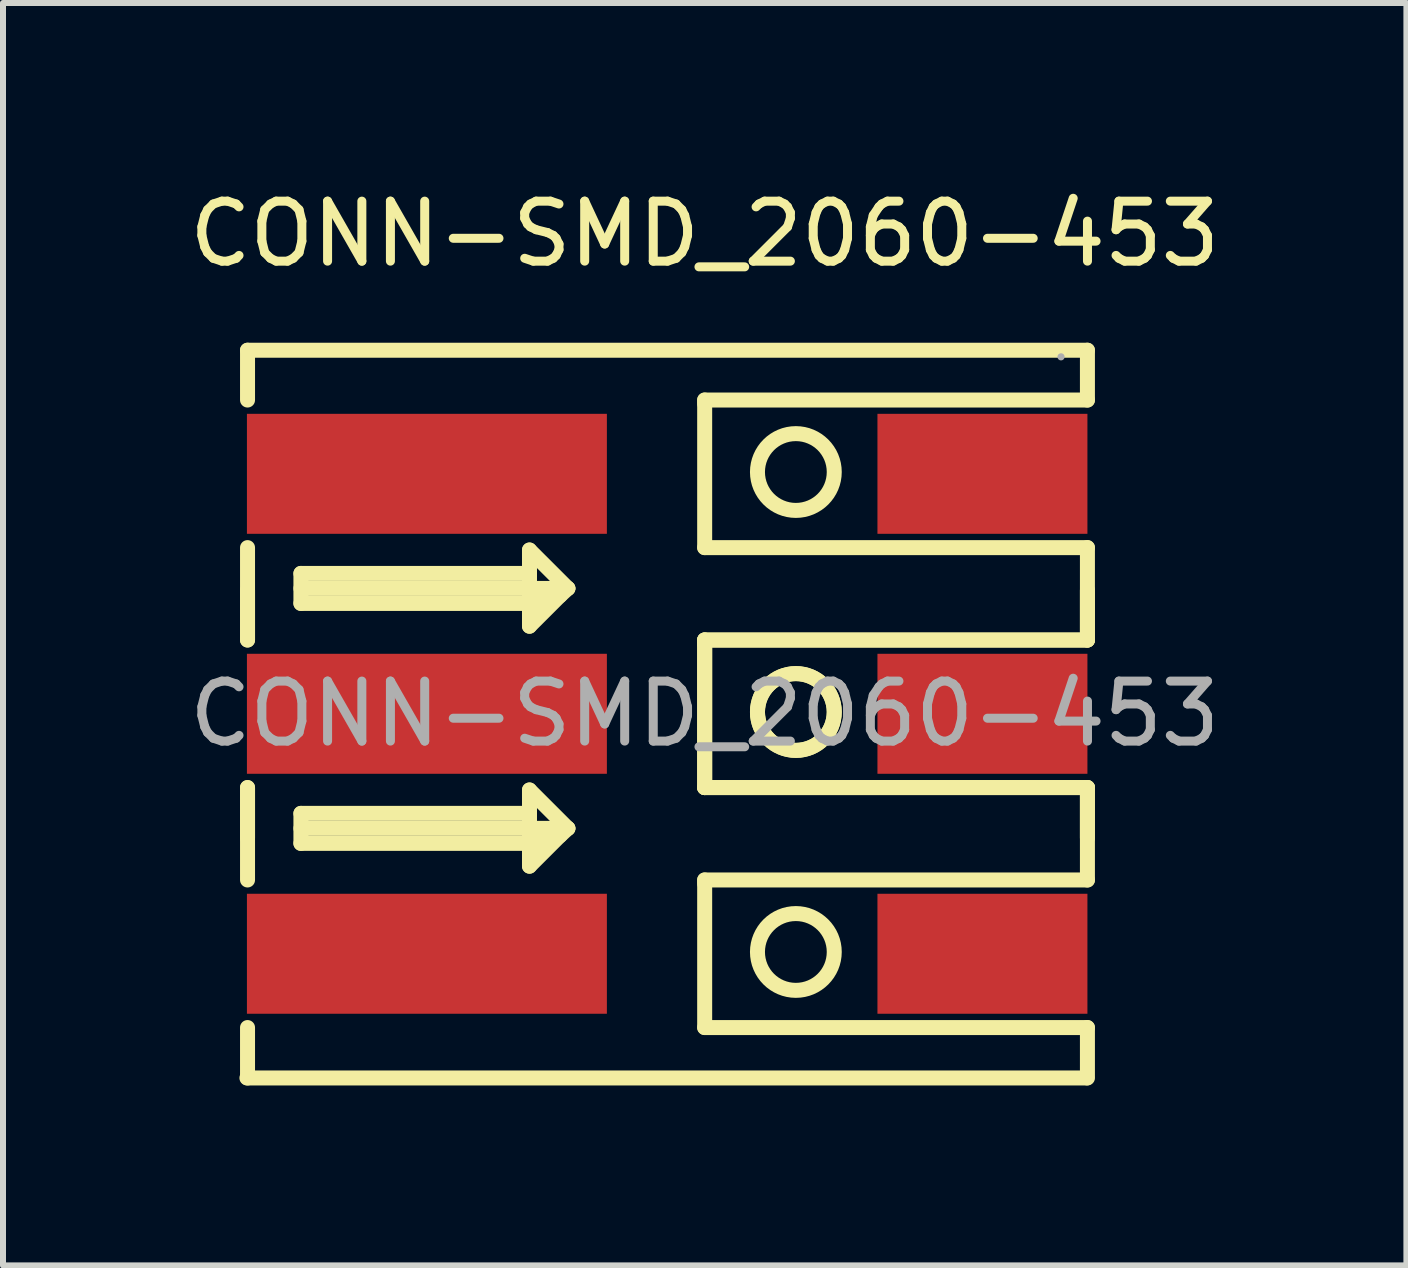
<source format=kicad_pcb>
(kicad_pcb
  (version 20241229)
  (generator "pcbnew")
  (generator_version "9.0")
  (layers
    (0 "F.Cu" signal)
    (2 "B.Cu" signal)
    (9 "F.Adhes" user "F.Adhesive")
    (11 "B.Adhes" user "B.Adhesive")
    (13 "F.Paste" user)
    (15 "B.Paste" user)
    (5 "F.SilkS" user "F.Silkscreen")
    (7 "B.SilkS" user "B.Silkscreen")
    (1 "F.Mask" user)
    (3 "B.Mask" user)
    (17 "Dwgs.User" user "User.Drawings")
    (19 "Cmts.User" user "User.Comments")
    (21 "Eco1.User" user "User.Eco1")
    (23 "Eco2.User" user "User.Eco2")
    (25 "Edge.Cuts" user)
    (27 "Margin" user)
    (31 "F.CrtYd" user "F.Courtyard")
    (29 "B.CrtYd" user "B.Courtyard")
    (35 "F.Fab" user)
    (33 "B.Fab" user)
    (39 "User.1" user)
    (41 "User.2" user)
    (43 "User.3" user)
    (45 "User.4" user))
  (footprint "CONN-SMD_2060-453"
    (layer "F.Cu")
    (at 8.696 8.848)
    (property "Reference" "CONN-SMD_2060-453" (at 0 -8 0) (layer "F.SilkS") (effects (font (size 1 1) (thickness 0.15))))
    (attr smd)
    (fp_line (start -7.63 6.07) (end 6.37 6.07) (stroke (width 0.25) (type solid)) (layer "F.SilkS"))
    (fp_line (start -7.62 -6.06) (end -7.62 -5.23) (stroke (width 0.25) (type solid)) (layer "F.SilkS"))
    (fp_line (start -7.62 -6.06) (end 6.38 -6.06) (stroke (width 0.25) (type solid)) (layer "F.SilkS"))
    (fp_line (start -7.62 -2.77) (end -7.62 -1.23) (stroke (width 0.25) (type solid)) (layer "F.SilkS"))
    (fp_line (start -7.62 -2.06) (end -7.62 -1.23) (stroke (width 0.25) (type solid)) (layer "F.SilkS"))
    (fp_line (start -7.62 1.23) (end -7.62 2.07) (stroke (width 0.25) (type solid)) (layer "F.SilkS"))
    (fp_line (start -7.62 1.23) (end -7.62 2.77) (stroke (width 0.25) (type solid)) (layer "F.SilkS"))
    (fp_line (start -7.62 5.23) (end -7.62 6.07) (stroke (width 0.25) (type solid)) (layer "F.SilkS"))
    (fp_line (start -6.73 -2.34) (end -6.73 -1.84) (stroke (width 0.25) (type solid)) (layer "F.SilkS"))
    (fp_line (start -6.73 -1.84) (end -2.79 -1.84) (stroke (width 0.25) (type solid)) (layer "F.SilkS"))
    (fp_line (start -6.73 1.66) (end -6.73 2.16) (stroke (width 0.25) (type solid)) (layer "F.SilkS"))
    (fp_line (start -6.73 2.16) (end -2.79 2.16) (stroke (width 0.25) (type solid)) (layer "F.SilkS"))
    (fp_line (start -2.92 -2.73) (end -2.92 -1.46) (stroke (width 0.25) (type solid)) (layer "F.SilkS"))
    (fp_line (start -2.92 -2.34) (end -6.73 -2.34) (stroke (width 0.25) (type solid)) (layer "F.SilkS"))
    (fp_line (start -2.92 -1.46) (end -2.41 -1.97) (stroke (width 0.25) (type solid)) (layer "F.SilkS"))
    (fp_line (start -2.92 1.27) (end -2.92 2.54) (stroke (width 0.25) (type solid)) (layer "F.SilkS"))
    (fp_line (start -2.92 1.66) (end -6.73 1.66) (stroke (width 0.25) (type solid)) (layer "F.SilkS"))
    (fp_line (start -2.92 2.54) (end -2.41 2.03) (stroke (width 0.25) (type solid)) (layer "F.SilkS"))
    (fp_line (start -2.79 -1.84) (end -2.66 -1.97) (stroke (width 0.25) (type solid)) (layer "F.SilkS"))
    (fp_line (start -2.79 2.16) (end -2.66 2.03) (stroke (width 0.25) (type solid)) (layer "F.SilkS"))
    (fp_line (start -2.41 -1.97) (end -2.28 -2.09) (stroke (width 0.25) (type solid)) (layer "F.SilkS"))
    (fp_line (start -2.41 2.03) (end -2.28 1.91) (stroke (width 0.25) (type solid)) (layer "F.SilkS"))
    (fp_line (start -2.28 -2.09) (end -6.73 -2.09) (stroke (width 0.25) (type solid)) (layer "F.SilkS"))
    (fp_line (start -2.28 -2.09) (end -2.92 -2.73) (stroke (width 0.25) (type solid)) (layer "F.SilkS"))
    (fp_line (start -2.28 1.91) (end -6.73 1.91) (stroke (width 0.25) (type solid)) (layer "F.SilkS"))
    (fp_line (start -2.28 1.91) (end -2.92 1.27) (stroke (width 0.25) (type solid)) (layer "F.SilkS"))
    (fp_line (start 0 -5.17) (end 0 -5.23) (stroke (width 0.25) (type solid)) (layer "F.SilkS"))
    (fp_line (start 0 -2.77) (end 0 -5.17) (stroke (width 0.25) (type solid)) (layer "F.SilkS"))
    (fp_line (start 0 -1.17) (end 0 -1.23) (stroke (width 0.25) (type solid)) (layer "F.SilkS"))
    (fp_line (start 0 -1.17) (end 0 -1.23) (stroke (width 0.25) (type solid)) (layer "F.SilkS"))
    (fp_line (start 0 1.23) (end 0 -1.17) (stroke (width 0.25) (type solid)) (layer "F.SilkS"))
    (fp_line (start 0 1.23) (end 0 -1.17) (stroke (width 0.25) (type solid)) (layer "F.SilkS"))
    (fp_line (start 0 2.83) (end 0 2.77) (stroke (width 0.25) (type solid)) (layer "F.SilkS"))
    (fp_line (start 0 5.23) (end 0 2.83) (stroke (width 0.25) (type solid)) (layer "F.SilkS"))
    (fp_line (start 6.38 -6.06) (end 6.38 -5.23) (stroke (width 0.25) (type solid)) (layer "F.SilkS"))
    (fp_line (start 6.38 -5.23) (end 0 -5.23) (stroke (width 0.25) (type solid)) (layer "F.SilkS"))
    (fp_line (start 6.38 -2.77) (end 0 -2.77) (stroke (width 0.25) (type solid)) (layer "F.SilkS"))
    (fp_line (start 6.38 -2.77) (end 6.38 -1.23) (stroke (width 0.25) (type solid)) (layer "F.SilkS"))
    (fp_line (start 6.38 -2.06) (end 6.38 -1.23) (stroke (width 0.25) (type solid)) (layer "F.SilkS"))
    (fp_line (start 6.38 -1.23) (end 0 -1.23) (stroke (width 0.25) (type solid)) (layer "F.SilkS"))
    (fp_line (start 6.38 -1.23) (end 0 -1.23) (stroke (width 0.25) (type solid)) (layer "F.SilkS"))
    (fp_line (start 6.38 1.23) (end 0 1.23) (stroke (width 0.25) (type solid)) (layer "F.SilkS"))
    (fp_line (start 6.38 1.23) (end 0 1.23) (stroke (width 0.25) (type solid)) (layer "F.SilkS"))
    (fp_line (start 6.38 1.23) (end 6.38 2.07) (stroke (width 0.25) (type solid)) (layer "F.SilkS"))
    (fp_line (start 6.38 1.23) (end 6.38 2.77) (stroke (width 0.25) (type solid)) (layer "F.SilkS"))
    (fp_line (start 6.38 2.77) (end 0 2.77) (stroke (width 0.25) (type solid)) (layer "F.SilkS"))
    (fp_line (start 6.38 5.23) (end 0 5.23) (stroke (width 0.25) (type solid)) (layer "F.SilkS"))
    (fp_line (start 6.38 5.23) (end 6.38 6.07) (stroke (width 0.25) (type solid)) (layer "F.SilkS"))
    (fp_circle (center 1.52 -4.03) (end 2.16 -4.03) (stroke (width 0.25) (type solid)) (fill no) (layer "F.SilkS"))
    (fp_circle (center 1.52 -0.03) (end 2.16 -0.03) (stroke (width 0.25) (type solid)) (fill no) (layer "F.SilkS"))
    (fp_circle (center 1.52 -0.03) (end 2.16 -0.03) (stroke (width 0.25) (type solid)) (fill no) (layer "F.SilkS"))
    (fp_circle (center 1.52 3.97) (end 2.16 3.97) (stroke (width 0.25) (type solid)) (fill no) (layer "F.SilkS"))
    (fp_circle (center 5.94 -5.95) (end 5.97 -5.95) (stroke (width 0.06) (type solid)) (fill no) (layer "F.Fab"))
    (fp_text user "${REFERENCE}" (at 0 0 0) (layer "F.Fab") (effects (font (size 1 1) (thickness 0.15))))
    (pad "1" smd rect (at -4.63 -4 90) (size 2 6) (layers "F.Cu" "F.Mask" "F.Paste"))
    (pad "1" smd rect (at 4.63 -4 90) (size 2 3.5) (layers "F.Cu" "F.Mask" "F.Paste"))
    (pad "2" smd rect (at -4.63 0 90) (size 2 6) (layers "F.Cu" "F.Mask" "F.Paste"))
    (pad "2" smd rect (at 4.63 0 90) (size 2 3.5) (layers "F.Cu" "F.Mask" "F.Paste"))
    (pad "3" smd rect (at -4.63 4 90) (size 2 6) (layers "F.Cu" "F.Mask" "F.Paste"))
    (pad "3" smd rect (at 4.63 4 90) (size 2 3.5) (layers "F.Cu" "F.Mask" "F.Paste")))
  (gr_rect
    (start -3 -3)
    (end 20.393 18.043)
    (stroke (width 0.1) (type default))
    (fill no)
    (layer "Edge.Cuts")))
</source>
